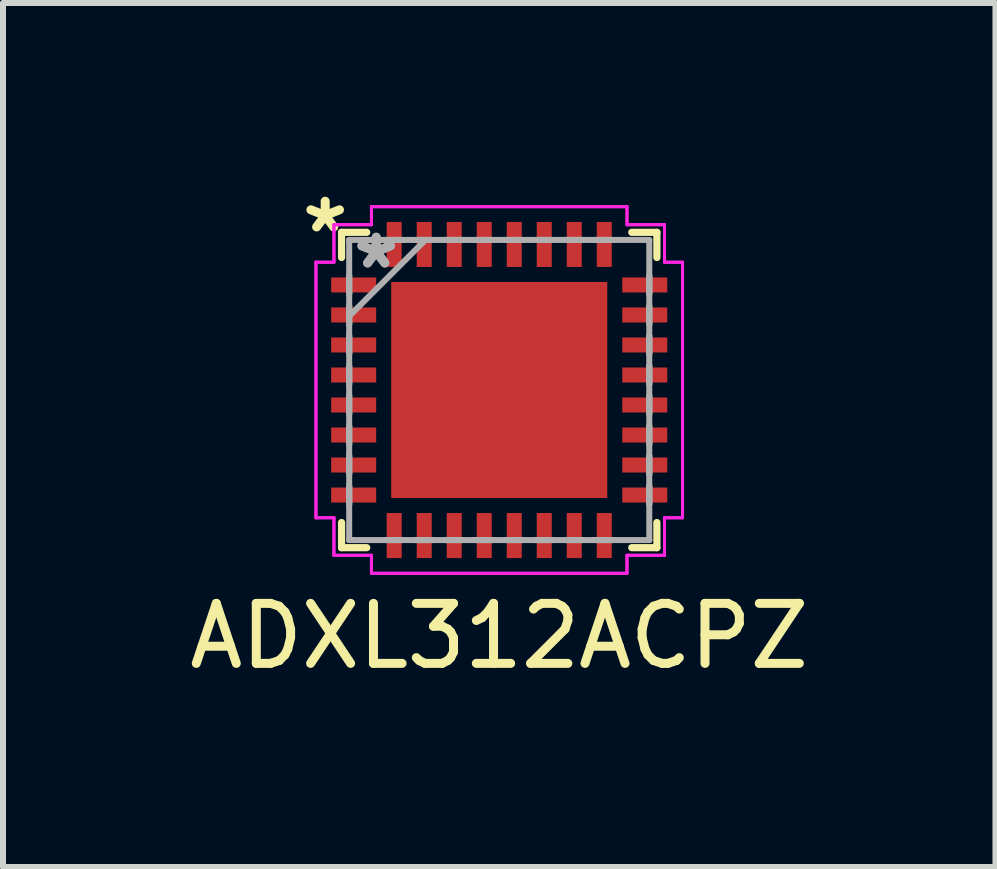
<source format=kicad_pcb>
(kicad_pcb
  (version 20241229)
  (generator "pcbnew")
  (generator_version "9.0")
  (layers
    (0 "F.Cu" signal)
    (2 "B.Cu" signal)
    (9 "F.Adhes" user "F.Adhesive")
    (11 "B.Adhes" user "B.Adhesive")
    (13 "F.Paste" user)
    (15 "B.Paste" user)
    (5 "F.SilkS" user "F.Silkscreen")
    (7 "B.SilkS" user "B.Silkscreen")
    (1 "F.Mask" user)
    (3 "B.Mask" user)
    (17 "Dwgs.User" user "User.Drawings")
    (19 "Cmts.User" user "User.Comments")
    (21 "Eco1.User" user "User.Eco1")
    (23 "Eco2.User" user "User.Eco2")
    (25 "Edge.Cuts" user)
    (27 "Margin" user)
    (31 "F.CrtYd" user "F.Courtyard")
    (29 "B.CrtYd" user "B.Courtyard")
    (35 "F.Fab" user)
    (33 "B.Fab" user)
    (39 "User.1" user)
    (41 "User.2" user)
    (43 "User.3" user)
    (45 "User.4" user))
  (footprint "ADXL312ACPZ"
    (layer "F.Cu")
    (at 5.268 3.448)
    (property "Reference" "ADXL312ACPZ" (at 0 4.1 0) (layer "F.SilkS") (effects (font (size 1 1) (thickness 0.15))))
    (attr through_hole)
    (fp_line (start -2.627 -2.627) (end -2.627 -2.208) (stroke (width 0.12) (type solid)) (layer "F.SilkS"))
    (fp_line (start -2.627 2.208) (end -2.627 2.627) (stroke (width 0.12) (type solid)) (layer "F.SilkS"))
    (fp_line (start -2.627 2.627) (end -2.208 2.627) (stroke (width 0.12) (type solid)) (layer "F.SilkS"))
    (fp_line (start -2.208 -2.627) (end -2.627 -2.627) (stroke (width 0.12) (type solid)) (layer "F.SilkS"))
    (fp_line (start 2.208 2.627) (end 2.627 2.627) (stroke (width 0.12) (type solid)) (layer "F.SilkS"))
    (fp_line (start 2.627 -2.627) (end 2.208 -2.627) (stroke (width 0.12) (type solid)) (layer "F.SilkS"))
    (fp_line (start 2.627 -2.208) (end 2.627 -2.627) (stroke (width 0.12) (type solid)) (layer "F.SilkS"))
    (fp_line (start 2.627 2.627) (end 2.627 2.208) (stroke (width 0.12) (type solid)) (layer "F.SilkS"))
    (fp_poly (pts (xy -1.7 -1.7) (xy -1.7 -0.1) (xy -0.1 -0.1) (xy -0.1 -1.7)) (stroke (width 0.1) (type solid)) (fill yes) (layer "F.Paste"))
    (fp_poly (pts (xy -1.7 0.1) (xy -1.7 1.7) (xy -0.1 1.7) (xy -0.1 0.1)) (stroke (width 0.1) (type solid)) (fill yes) (layer "F.Paste"))
    (fp_poly (pts (xy 0.1 -1.7) (xy 0.1 -0.1) (xy 1.7 -0.1) (xy 1.7 -1.7)) (stroke (width 0.1) (type solid)) (fill yes) (layer "F.Paste"))
    (fp_poly (pts (xy 0.1 0.1) (xy 0.1 1.7) (xy 1.7 1.7) (xy 1.7 0.1)) (stroke (width 0.1) (type solid)) (fill yes) (layer "F.Paste"))
    (fp_line (start -3.054 -2.129) (end -2.754 -2.129) (stroke (width 0.05) (type solid)) (layer "F.CrtYd"))
    (fp_line (start -3.054 -2.129) (end -2.754 -2.129) (stroke (width 0.05) (type solid)) (layer "F.CrtYd"))
    (fp_line (start -3.054 2.129) (end -3.054 -2.129) (stroke (width 0.05) (type solid)) (layer "F.CrtYd"))
    (fp_line (start -3.054 2.129) (end -3.054 -2.129) (stroke (width 0.05) (type solid)) (layer "F.CrtYd"))
    (fp_line (start -2.754 -2.754) (end -2.129 -2.754) (stroke (width 0.05) (type solid)) (layer "F.CrtYd"))
    (fp_line (start -2.754 -2.754) (end -2.129 -2.754) (stroke (width 0.05) (type solid)) (layer "F.CrtYd"))
    (fp_line (start -2.754 -2.129) (end -2.754 -2.754) (stroke (width 0.05) (type solid)) (layer "F.CrtYd"))
    (fp_line (start -2.754 -2.129) (end -2.754 -2.754) (stroke (width 0.05) (type solid)) (layer "F.CrtYd"))
    (fp_line (start -2.754 2.129) (end -3.054 2.129) (stroke (width 0.05) (type solid)) (layer "F.CrtYd"))
    (fp_line (start -2.754 2.129) (end -3.054 2.129) (stroke (width 0.05) (type solid)) (layer "F.CrtYd"))
    (fp_line (start -2.754 2.754) (end -2.754 2.129) (stroke (width 0.05) (type solid)) (layer "F.CrtYd"))
    (fp_line (start -2.754 2.754) (end -2.754 2.129) (stroke (width 0.05) (type solid)) (layer "F.CrtYd"))
    (fp_line (start -2.129 -3.054) (end 2.129 -3.054) (stroke (width 0.05) (type solid)) (layer "F.CrtYd"))
    (fp_line (start -2.129 -3.054) (end 2.129 -3.054) (stroke (width 0.05) (type solid)) (layer "F.CrtYd"))
    (fp_line (start -2.129 -2.754) (end -2.129 -3.054) (stroke (width 0.05) (type solid)) (layer "F.CrtYd"))
    (fp_line (start -2.129 -2.754) (end -2.129 -3.054) (stroke (width 0.05) (type solid)) (layer "F.CrtYd"))
    (fp_line (start -2.129 2.754) (end -2.754 2.754) (stroke (width 0.05) (type solid)) (layer "F.CrtYd"))
    (fp_line (start -2.129 2.754) (end -2.754 2.754) (stroke (width 0.05) (type solid)) (layer "F.CrtYd"))
    (fp_line (start -2.129 3.054) (end -2.129 2.754) (stroke (width 0.05) (type solid)) (layer "F.CrtYd"))
    (fp_line (start -2.129 3.054) (end -2.129 2.754) (stroke (width 0.05) (type solid)) (layer "F.CrtYd"))
    (fp_line (start 2.129 -3.054) (end 2.129 -2.754) (stroke (width 0.05) (type solid)) (layer "F.CrtYd"))
    (fp_line (start 2.129 -3.054) (end 2.129 -2.754) (stroke (width 0.05) (type solid)) (layer "F.CrtYd"))
    (fp_line (start 2.129 -2.754) (end 2.754 -2.754) (stroke (width 0.05) (type solid)) (layer "F.CrtYd"))
    (fp_line (start 2.129 -2.754) (end 2.754 -2.754) (stroke (width 0.05) (type solid)) (layer "F.CrtYd"))
    (fp_line (start 2.129 2.754) (end 2.129 3.054) (stroke (width 0.05) (type solid)) (layer "F.CrtYd"))
    (fp_line (start 2.129 2.754) (end 2.129 3.054) (stroke (width 0.05) (type solid)) (layer "F.CrtYd"))
    (fp_line (start 2.129 3.054) (end -2.129 3.054) (stroke (width 0.05) (type solid)) (layer "F.CrtYd"))
    (fp_line (start 2.129 3.054) (end -2.129 3.054) (stroke (width 0.05) (type solid)) (layer "F.CrtYd"))
    (fp_line (start 2.754 -2.754) (end 2.754 -2.129) (stroke (width 0.05) (type solid)) (layer "F.CrtYd"))
    (fp_line (start 2.754 -2.754) (end 2.754 -2.129) (stroke (width 0.05) (type solid)) (layer "F.CrtYd"))
    (fp_line (start 2.754 -2.129) (end 3.054 -2.129) (stroke (width 0.05) (type solid)) (layer "F.CrtYd"))
    (fp_line (start 2.754 -2.129) (end 3.054 -2.129) (stroke (width 0.05) (type solid)) (layer "F.CrtYd"))
    (fp_line (start 2.754 2.129) (end 2.754 2.754) (stroke (width 0.05) (type solid)) (layer "F.CrtYd"))
    (fp_line (start 2.754 2.129) (end 2.754 2.754) (stroke (width 0.05) (type solid)) (layer "F.CrtYd"))
    (fp_line (start 2.754 2.754) (end 2.129 2.754) (stroke (width 0.05) (type solid)) (layer "F.CrtYd"))
    (fp_line (start 2.754 2.754) (end 2.129 2.754) (stroke (width 0.05) (type solid)) (layer "F.CrtYd"))
    (fp_line (start 3.054 -2.129) (end 3.054 2.129) (stroke (width 0.05) (type solid)) (layer "F.CrtYd"))
    (fp_line (start 3.054 -2.129) (end 3.054 2.129) (stroke (width 0.05) (type solid)) (layer "F.CrtYd"))
    (fp_line (start 3.054 2.129) (end 2.754 2.129) (stroke (width 0.05) (type solid)) (layer "F.CrtYd"))
    (fp_line (start 3.054 2.129) (end 2.754 2.129) (stroke (width 0.05) (type solid)) (layer "F.CrtYd"))
    (fp_line (start -2.5 -2.5) (end -2.5 -2.5) (stroke (width 0.1) (type solid)) (layer "F.Fab"))
    (fp_line (start -2.5 -2.5) (end -2.5 2.5) (stroke (width 0.1) (type solid)) (layer "F.Fab"))
    (fp_line (start -2.5 -1.9) (end -2.5 -1.9) (stroke (width 0.1) (type solid)) (layer "F.Fab"))
    (fp_line (start -2.5 -1.9) (end -2.5 -1.6) (stroke (width 0.1) (type solid)) (layer "F.Fab"))
    (fp_line (start -2.5 -1.6) (end -2.5 -1.9) (stroke (width 0.1) (type solid)) (layer "F.Fab"))
    (fp_line (start -2.5 -1.6) (end -2.5 -1.6) (stroke (width 0.1) (type solid)) (layer "F.Fab"))
    (fp_line (start -2.5 -1.4) (end -2.5 -1.4) (stroke (width 0.1) (type solid)) (layer "F.Fab"))
    (fp_line (start -2.5 -1.4) (end -2.5 -1.1) (stroke (width 0.1) (type solid)) (layer "F.Fab"))
    (fp_line (start -2.5 -1.23) (end -1.23 -2.5) (stroke (width 0.1) (type solid)) (layer "F.Fab"))
    (fp_line (start -2.5 -1.1) (end -2.5 -1.4) (stroke (width 0.1) (type solid)) (layer "F.Fab"))
    (fp_line (start -2.5 -1.1) (end -2.5 -1.1) (stroke (width 0.1) (type solid)) (layer "F.Fab"))
    (fp_line (start -2.5 -0.9) (end -2.5 -0.9) (stroke (width 0.1) (type solid)) (layer "F.Fab"))
    (fp_line (start -2.5 -0.9) (end -2.5 -0.6) (stroke (width 0.1) (type solid)) (layer "F.Fab"))
    (fp_line (start -2.5 -0.6) (end -2.5 -0.9) (stroke (width 0.1) (type solid)) (layer "F.Fab"))
    (fp_line (start -2.5 -0.6) (end -2.5 -0.6) (stroke (width 0.1) (type solid)) (layer "F.Fab"))
    (fp_line (start -2.5 -0.4) (end -2.5 -0.4) (stroke (width 0.1) (type solid)) (layer "F.Fab"))
    (fp_line (start -2.5 -0.4) (end -2.5 -0.1) (stroke (width 0.1) (type solid)) (layer "F.Fab"))
    (fp_line (start -2.5 -0.1) (end -2.5 -0.4) (stroke (width 0.1) (type solid)) (layer "F.Fab"))
    (fp_line (start -2.5 -0.1) (end -2.5 -0.1) (stroke (width 0.1) (type solid)) (layer "F.Fab"))
    (fp_line (start -2.5 0.1) (end -2.5 0.1) (stroke (width 0.1) (type solid)) (layer "F.Fab"))
    (fp_line (start -2.5 0.1) (end -2.5 0.4) (stroke (width 0.1) (type solid)) (layer "F.Fab"))
    (fp_line (start -2.5 0.4) (end -2.5 0.1) (stroke (width 0.1) (type solid)) (layer "F.Fab"))
    (fp_line (start -2.5 0.4) (end -2.5 0.4) (stroke (width 0.1) (type solid)) (layer "F.Fab"))
    (fp_line (start -2.5 0.6) (end -2.5 0.6) (stroke (width 0.1) (type solid)) (layer "F.Fab"))
    (fp_line (start -2.5 0.6) (end -2.5 0.9) (stroke (width 0.1) (type solid)) (layer "F.Fab"))
    (fp_line (start -2.5 0.9) (end -2.5 0.6) (stroke (width 0.1) (type solid)) (layer "F.Fab"))
    (fp_line (start -2.5 0.9) (end -2.5 0.9) (stroke (width 0.1) (type solid)) (layer "F.Fab"))
    (fp_line (start -2.5 1.1) (end -2.5 1.1) (stroke (width 0.1) (type solid)) (layer "F.Fab"))
    (fp_line (start -2.5 1.1) (end -2.5 1.4) (stroke (width 0.1) (type solid)) (layer "F.Fab"))
    (fp_line (start -2.5 1.4) (end -2.5 1.1) (stroke (width 0.1) (type solid)) (layer "F.Fab"))
    (fp_line (start -2.5 1.4) (end -2.5 1.4) (stroke (width 0.1) (type solid)) (layer "F.Fab"))
    (fp_line (start -2.5 1.6) (end -2.5 1.6) (stroke (width 0.1) (type solid)) (layer "F.Fab"))
    (fp_line (start -2.5 1.6) (end -2.5 1.9) (stroke (width 0.1) (type solid)) (layer "F.Fab"))
    (fp_line (start -2.5 1.9) (end -2.5 1.6) (stroke (width 0.1) (type solid)) (layer "F.Fab"))
    (fp_line (start -2.5 1.9) (end -2.5 1.9) (stroke (width 0.1) (type solid)) (layer "F.Fab"))
    (fp_line (start -2.5 2.5) (end -2.5 2.5) (stroke (width 0.1) (type solid)) (layer "F.Fab"))
    (fp_line (start -2.5 2.5) (end 2.5 2.5) (stroke (width 0.1) (type solid)) (layer "F.Fab"))
    (fp_line (start -1.9 -2.5) (end -1.9 -2.5) (stroke (width 0.1) (type solid)) (layer "F.Fab"))
    (fp_line (start -1.9 -2.5) (end -1.6 -2.5) (stroke (width 0.1) (type solid)) (layer "F.Fab"))
    (fp_line (start -1.9 2.5) (end -1.9 2.5) (stroke (width 0.1) (type solid)) (layer "F.Fab"))
    (fp_line (start -1.9 2.5) (end -1.6 2.5) (stroke (width 0.1) (type solid)) (layer "F.Fab"))
    (fp_line (start -1.6 -2.5) (end -1.9 -2.5) (stroke (width 0.1) (type solid)) (layer "F.Fab"))
    (fp_line (start -1.6 -2.5) (end -1.6 -2.5) (stroke (width 0.1) (type solid)) (layer "F.Fab"))
    (fp_line (start -1.6 2.5) (end -1.9 2.5) (stroke (width 0.1) (type solid)) (layer "F.Fab"))
    (fp_line (start -1.6 2.5) (end -1.6 2.5) (stroke (width 0.1) (type solid)) (layer "F.Fab"))
    (fp_line (start -1.4 -2.5) (end -1.4 -2.5) (stroke (width 0.1) (type solid)) (layer "F.Fab"))
    (fp_line (start -1.4 -2.5) (end -1.1 -2.5) (stroke (width 0.1) (type solid)) (layer "F.Fab"))
    (fp_line (start -1.4 2.5) (end -1.4 2.5) (stroke (width 0.1) (type solid)) (layer "F.Fab"))
    (fp_line (start -1.4 2.5) (end -1.1 2.5) (stroke (width 0.1) (type solid)) (layer "F.Fab"))
    (fp_line (start -1.1 -2.5) (end -1.4 -2.5) (stroke (width 0.1) (type solid)) (layer "F.Fab"))
    (fp_line (start -1.1 -2.5) (end -1.1 -2.5) (stroke (width 0.1) (type solid)) (layer "F.Fab"))
    (fp_line (start -1.1 2.5) (end -1.4 2.5) (stroke (width 0.1) (type solid)) (layer "F.Fab"))
    (fp_line (start -1.1 2.5) (end -1.1 2.5) (stroke (width 0.1) (type solid)) (layer "F.Fab"))
    (fp_line (start -0.9 -2.5) (end -0.9 -2.5) (stroke (width 0.1) (type solid)) (layer "F.Fab"))
    (fp_line (start -0.9 -2.5) (end -0.6 -2.5) (stroke (width 0.1) (type solid)) (layer "F.Fab"))
    (fp_line (start -0.9 2.5) (end -0.9 2.5) (stroke (width 0.1) (type solid)) (layer "F.Fab"))
    (fp_line (start -0.9 2.5) (end -0.6 2.5) (stroke (width 0.1) (type solid)) (layer "F.Fab"))
    (fp_line (start -0.6 -2.5) (end -0.9 -2.5) (stroke (width 0.1) (type solid)) (layer "F.Fab"))
    (fp_line (start -0.6 -2.5) (end -0.6 -2.5) (stroke (width 0.1) (type solid)) (layer "F.Fab"))
    (fp_line (start -0.6 2.5) (end -0.9 2.5) (stroke (width 0.1) (type solid)) (layer "F.Fab"))
    (fp_line (start -0.6 2.5) (end -0.6 2.5) (stroke (width 0.1) (type solid)) (layer "F.Fab"))
    (fp_line (start -0.4 -2.5) (end -0.4 -2.5) (stroke (width 0.1) (type solid)) (layer "F.Fab"))
    (fp_line (start -0.4 -2.5) (end -0.1 -2.5) (stroke (width 0.1) (type solid)) (layer "F.Fab"))
    (fp_line (start -0.4 2.5) (end -0.4 2.5) (stroke (width 0.1) (type solid)) (layer "F.Fab"))
    (fp_line (start -0.4 2.5) (end -0.1 2.5) (stroke (width 0.1) (type solid)) (layer "F.Fab"))
    (fp_line (start -0.1 -2.5) (end -0.4 -2.5) (stroke (width 0.1) (type solid)) (layer "F.Fab"))
    (fp_line (start -0.1 -2.5) (end -0.1 -2.5) (stroke (width 0.1) (type solid)) (layer "F.Fab"))
    (fp_line (start -0.1 2.5) (end -0.4 2.5) (stroke (width 0.1) (type solid)) (layer "F.Fab"))
    (fp_line (start -0.1 2.5) (end -0.1 2.5) (stroke (width 0.1) (type solid)) (layer "F.Fab"))
    (fp_line (start 0.1 -2.5) (end 0.1 -2.5) (stroke (width 0.1) (type solid)) (layer "F.Fab"))
    (fp_line (start 0.1 -2.5) (end 0.4 -2.5) (stroke (width 0.1) (type solid)) (layer "F.Fab"))
    (fp_line (start 0.1 2.5) (end 0.1 2.5) (stroke (width 0.1) (type solid)) (layer "F.Fab"))
    (fp_line (start 0.1 2.5) (end 0.4 2.5) (stroke (width 0.1) (type solid)) (layer "F.Fab"))
    (fp_line (start 0.4 -2.5) (end 0.1 -2.5) (stroke (width 0.1) (type solid)) (layer "F.Fab"))
    (fp_line (start 0.4 -2.5) (end 0.4 -2.5) (stroke (width 0.1) (type solid)) (layer "F.Fab"))
    (fp_line (start 0.4 2.5) (end 0.1 2.5) (stroke (width 0.1) (type solid)) (layer "F.Fab"))
    (fp_line (start 0.4 2.5) (end 0.4 2.5) (stroke (width 0.1) (type solid)) (layer "F.Fab"))
    (fp_line (start 0.6 -2.5) (end 0.6 -2.5) (stroke (width 0.1) (type solid)) (layer "F.Fab"))
    (fp_line (start 0.6 -2.5) (end 0.9 -2.5) (stroke (width 0.1) (type solid)) (layer "F.Fab"))
    (fp_line (start 0.6 2.5) (end 0.6 2.5) (stroke (width 0.1) (type solid)) (layer "F.Fab"))
    (fp_line (start 0.6 2.5) (end 0.9 2.5) (stroke (width 0.1) (type solid)) (layer "F.Fab"))
    (fp_line (start 0.9 -2.5) (end 0.6 -2.5) (stroke (width 0.1) (type solid)) (layer "F.Fab"))
    (fp_line (start 0.9 -2.5) (end 0.9 -2.5) (stroke (width 0.1) (type solid)) (layer "F.Fab"))
    (fp_line (start 0.9 2.5) (end 0.6 2.5) (stroke (width 0.1) (type solid)) (layer "F.Fab"))
    (fp_line (start 0.9 2.5) (end 0.9 2.5) (stroke (width 0.1) (type solid)) (layer "F.Fab"))
    (fp_line (start 1.1 -2.5) (end 1.1 -2.5) (stroke (width 0.1) (type solid)) (layer "F.Fab"))
    (fp_line (start 1.1 -2.5) (end 1.4 -2.5) (stroke (width 0.1) (type solid)) (layer "F.Fab"))
    (fp_line (start 1.1 2.5) (end 1.1 2.5) (stroke (width 0.1) (type solid)) (layer "F.Fab"))
    (fp_line (start 1.1 2.5) (end 1.4 2.5) (stroke (width 0.1) (type solid)) (layer "F.Fab"))
    (fp_line (start 1.4 -2.5) (end 1.1 -2.5) (stroke (width 0.1) (type solid)) (layer "F.Fab"))
    (fp_line (start 1.4 -2.5) (end 1.4 -2.5) (stroke (width 0.1) (type solid)) (layer "F.Fab"))
    (fp_line (start 1.4 2.5) (end 1.1 2.5) (stroke (width 0.1) (type solid)) (layer "F.Fab"))
    (fp_line (start 1.4 2.5) (end 1.4 2.5) (stroke (width 0.1) (type solid)) (layer "F.Fab"))
    (fp_line (start 1.6 -2.5) (end 1.6 -2.5) (stroke (width 0.1) (type solid)) (layer "F.Fab"))
    (fp_line (start 1.6 -2.5) (end 1.9 -2.5) (stroke (width 0.1) (type solid)) (layer "F.Fab"))
    (fp_line (start 1.6 2.5) (end 1.6 2.5) (stroke (width 0.1) (type solid)) (layer "F.Fab"))
    (fp_line (start 1.6 2.5) (end 1.9 2.5) (stroke (width 0.1) (type solid)) (layer "F.Fab"))
    (fp_line (start 1.9 -2.5) (end 1.6 -2.5) (stroke (width 0.1) (type solid)) (layer "F.Fab"))
    (fp_line (start 1.9 -2.5) (end 1.9 -2.5) (stroke (width 0.1) (type solid)) (layer "F.Fab"))
    (fp_line (start 1.9 2.5) (end 1.6 2.5) (stroke (width 0.1) (type solid)) (layer "F.Fab"))
    (fp_line (start 1.9 2.5) (end 1.9 2.5) (stroke (width 0.1) (type solid)) (layer "F.Fab"))
    (fp_line (start 2.5 -2.5) (end -2.5 -2.5) (stroke (width 0.1) (type solid)) (layer "F.Fab"))
    (fp_line (start 2.5 -2.5) (end 2.5 -2.5) (stroke (width 0.1) (type solid)) (layer "F.Fab"))
    (fp_line (start 2.5 -1.9) (end 2.5 -1.9) (stroke (width 0.1) (type solid)) (layer "F.Fab"))
    (fp_line (start 2.5 -1.9) (end 2.5 -1.6) (stroke (width 0.1) (type solid)) (layer "F.Fab"))
    (fp_line (start 2.5 -1.6) (end 2.5 -1.9) (stroke (width 0.1) (type solid)) (layer "F.Fab"))
    (fp_line (start 2.5 -1.6) (end 2.5 -1.6) (stroke (width 0.1) (type solid)) (layer "F.Fab"))
    (fp_line (start 2.5 -1.4) (end 2.5 -1.4) (stroke (width 0.1) (type solid)) (layer "F.Fab"))
    (fp_line (start 2.5 -1.4) (end 2.5 -1.1) (stroke (width 0.1) (type solid)) (layer "F.Fab"))
    (fp_line (start 2.5 -1.1) (end 2.5 -1.4) (stroke (width 0.1) (type solid)) (layer "F.Fab"))
    (fp_line (start 2.5 -1.1) (end 2.5 -1.1) (stroke (width 0.1) (type solid)) (layer "F.Fab"))
    (fp_line (start 2.5 -0.9) (end 2.5 -0.9) (stroke (width 0.1) (type solid)) (layer "F.Fab"))
    (fp_line (start 2.5 -0.9) (end 2.5 -0.6) (stroke (width 0.1) (type solid)) (layer "F.Fab"))
    (fp_line (start 2.5 -0.6) (end 2.5 -0.9) (stroke (width 0.1) (type solid)) (layer "F.Fab"))
    (fp_line (start 2.5 -0.6) (end 2.5 -0.6) (stroke (width 0.1) (type solid)) (layer "F.Fab"))
    (fp_line (start 2.5 -0.4) (end 2.5 -0.4) (stroke (width 0.1) (type solid)) (layer "F.Fab"))
    (fp_line (start 2.5 -0.4) (end 2.5 -0.1) (stroke (width 0.1) (type solid)) (layer "F.Fab"))
    (fp_line (start 2.5 -0.1) (end 2.5 -0.4) (stroke (width 0.1) (type solid)) (layer "F.Fab"))
    (fp_line (start 2.5 -0.1) (end 2.5 -0.1) (stroke (width 0.1) (type solid)) (layer "F.Fab"))
    (fp_line (start 2.5 0.1) (end 2.5 0.1) (stroke (width 0.1) (type solid)) (layer "F.Fab"))
    (fp_line (start 2.5 0.1) (end 2.5 0.4) (stroke (width 0.1) (type solid)) (layer "F.Fab"))
    (fp_line (start 2.5 0.4) (end 2.5 0.1) (stroke (width 0.1) (type solid)) (layer "F.Fab"))
    (fp_line (start 2.5 0.4) (end 2.5 0.4) (stroke (width 0.1) (type solid)) (layer "F.Fab"))
    (fp_line (start 2.5 0.6) (end 2.5 0.6) (stroke (width 0.1) (type solid)) (layer "F.Fab"))
    (fp_line (start 2.5 0.6) (end 2.5 0.9) (stroke (width 0.1) (type solid)) (layer "F.Fab"))
    (fp_line (start 2.5 0.9) (end 2.5 0.6) (stroke (width 0.1) (type solid)) (layer "F.Fab"))
    (fp_line (start 2.5 0.9) (end 2.5 0.9) (stroke (width 0.1) (type solid)) (layer "F.Fab"))
    (fp_line (start 2.5 1.1) (end 2.5 1.1) (stroke (width 0.1) (type solid)) (layer "F.Fab"))
    (fp_line (start 2.5 1.1) (end 2.5 1.4) (stroke (width 0.1) (type solid)) (layer "F.Fab"))
    (fp_line (start 2.5 1.4) (end 2.5 1.1) (stroke (width 0.1) (type solid)) (layer "F.Fab"))
    (fp_line (start 2.5 1.4) (end 2.5 1.4) (stroke (width 0.1) (type solid)) (layer "F.Fab"))
    (fp_line (start 2.5 1.6) (end 2.5 1.6) (stroke (width 0.1) (type solid)) (layer "F.Fab"))
    (fp_line (start 2.5 1.6) (end 2.5 1.9) (stroke (width 0.1) (type solid)) (layer "F.Fab"))
    (fp_line (start 2.5 1.9) (end 2.5 1.6) (stroke (width 0.1) (type solid)) (layer "F.Fab"))
    (fp_line (start 2.5 1.9) (end 2.5 1.9) (stroke (width 0.1) (type solid)) (layer "F.Fab"))
    (fp_line (start 2.5 2.5) (end 2.5 -2.5) (stroke (width 0.1) (type solid)) (layer "F.Fab"))
    (fp_line (start 2.5 2.5) (end 2.5 2.5) (stroke (width 0.1) (type solid)) (layer "F.Fab"))
    (fp_text user "*" (at -2.9 -2.6 0) (layer "F.SilkS") (effects (font (size 1 1) (thickness 0.15))))
    (fp_text user "*" (at -2.05 -2 0) (layer "F.Fab") (effects (font (size 1 1) (thickness 0.15))))
    (fp_text user "*" (at -2.05 -2 0) (layer "F.Fab") (effects (font (size 1 1) (thickness 0.15))))
    (pad "1" smd rect (at -2.425 -1.75 90) (size 0.25 0.75) (layers "F.Cu" "F.Mask" "F.Paste"))
    (pad "2" smd rect (at -2.425 -1.25 90) (size 0.25 0.75) (layers "F.Cu" "F.Mask" "F.Paste"))
    (pad "3" smd rect (at -2.425 -0.75 90) (size 0.25 0.75) (layers "F.Cu" "F.Mask" "F.Paste"))
    (pad "4" smd rect (at -2.425 -0.25 90) (size 0.25 0.75) (layers "F.Cu" "F.Mask" "F.Paste"))
    (pad "5" smd rect (at -2.425 0.25 90) (size 0.25 0.75) (layers "F.Cu" "F.Mask" "F.Paste"))
    (pad "6" smd rect (at -2.425 0.75 90) (size 0.25 0.75) (layers "F.Cu" "F.Mask" "F.Paste"))
    (pad "7" smd rect (at -2.425 1.25 90) (size 0.25 0.75) (layers "F.Cu" "F.Mask" "F.Paste"))
    (pad "8" smd rect (at -2.425 1.75 90) (size 0.25 0.75) (layers "F.Cu" "F.Mask" "F.Paste"))
    (pad "9" smd rect (at -1.75 2.425) (size 0.25 0.75) (layers "F.Cu" "F.Mask" "F.Paste"))
    (pad "10" smd rect (at -1.25 2.425) (size 0.25 0.75) (layers "F.Cu" "F.Mask" "F.Paste"))
    (pad "11" smd rect (at -0.75 2.425) (size 0.25 0.75) (layers "F.Cu" "F.Mask" "F.Paste"))
    (pad "12" smd rect (at -0.25 2.425) (size 0.25 0.75) (layers "F.Cu" "F.Mask" "F.Paste"))
    (pad "13" smd rect (at 0.25 2.425) (size 0.25 0.75) (layers "F.Cu" "F.Mask" "F.Paste"))
    (pad "14" smd rect (at 0.75 2.425) (size 0.25 0.75) (layers "F.Cu" "F.Mask" "F.Paste"))
    (pad "15" smd rect (at 1.25 2.425) (size 0.25 0.75) (layers "F.Cu" "F.Mask" "F.Paste"))
    (pad "16" smd rect (at 1.75 2.425) (size 0.25 0.75) (layers "F.Cu" "F.Mask" "F.Paste"))
    (pad "17" smd rect (at 2.425 1.75 90) (size 0.25 0.75) (layers "F.Cu" "F.Mask" "F.Paste"))
    (pad "18" smd rect (at 2.425 1.25 90) (size 0.25 0.75) (layers "F.Cu" "F.Mask" "F.Paste"))
    (pad "19" smd rect (at 2.425 0.75 90) (size 0.25 0.75) (layers "F.Cu" "F.Mask" "F.Paste"))
    (pad "20" smd rect (at 2.425 0.25 90) (size 0.25 0.75) (layers "F.Cu" "F.Mask" "F.Paste"))
    (pad "21" smd rect (at 2.425 -0.25 90) (size 0.25 0.75) (layers "F.Cu" "F.Mask" "F.Paste"))
    (pad "22" smd rect (at 2.425 -0.75 90) (size 0.25 0.75) (layers "F.Cu" "F.Mask" "F.Paste"))
    (pad "23" smd rect (at 2.425 -1.25 90) (size 0.25 0.75) (layers "F.Cu" "F.Mask" "F.Paste"))
    (pad "24" smd rect (at 2.425 -1.75 90) (size 0.25 0.75) (layers "F.Cu" "F.Mask" "F.Paste"))
    (pad "25" smd rect (at 1.75 -2.425) (size 0.25 0.75) (layers "F.Cu" "F.Mask" "F.Paste"))
    (pad "26" smd rect (at 1.25 -2.425) (size 0.25 0.75) (layers "F.Cu" "F.Mask" "F.Paste"))
    (pad "27" smd rect (at 0.75 -2.425) (size 0.25 0.75) (layers "F.Cu" "F.Mask" "F.Paste"))
    (pad "28" smd rect (at 0.25 -2.425) (size 0.25 0.75) (layers "F.Cu" "F.Mask" "F.Paste"))
    (pad "29" smd rect (at -0.25 -2.425) (size 0.25 0.75) (layers "F.Cu" "F.Mask" "F.Paste"))
    (pad "30" smd rect (at -0.75 -2.425) (size 0.25 0.75) (layers "F.Cu" "F.Mask" "F.Paste"))
    (pad "31" smd rect (at -1.25 -2.425) (size 0.25 0.75) (layers "F.Cu" "F.Mask" "F.Paste"))
    (pad "32" smd rect (at -1.75 -2.425) (size 0.25 0.75) (layers "F.Cu" "F.Mask" "F.Paste"))
    (pad "33" smd rect (at 0 0) (size 3.6 3.6) (layers "F.Cu" "F.Mask")))
  (gr_rect
    (start -3 -3)
    (end 13.536 11.396)
    (stroke (width 0.1) (type default))
    (fill no)
    (layer "Edge.Cuts")))
</source>
